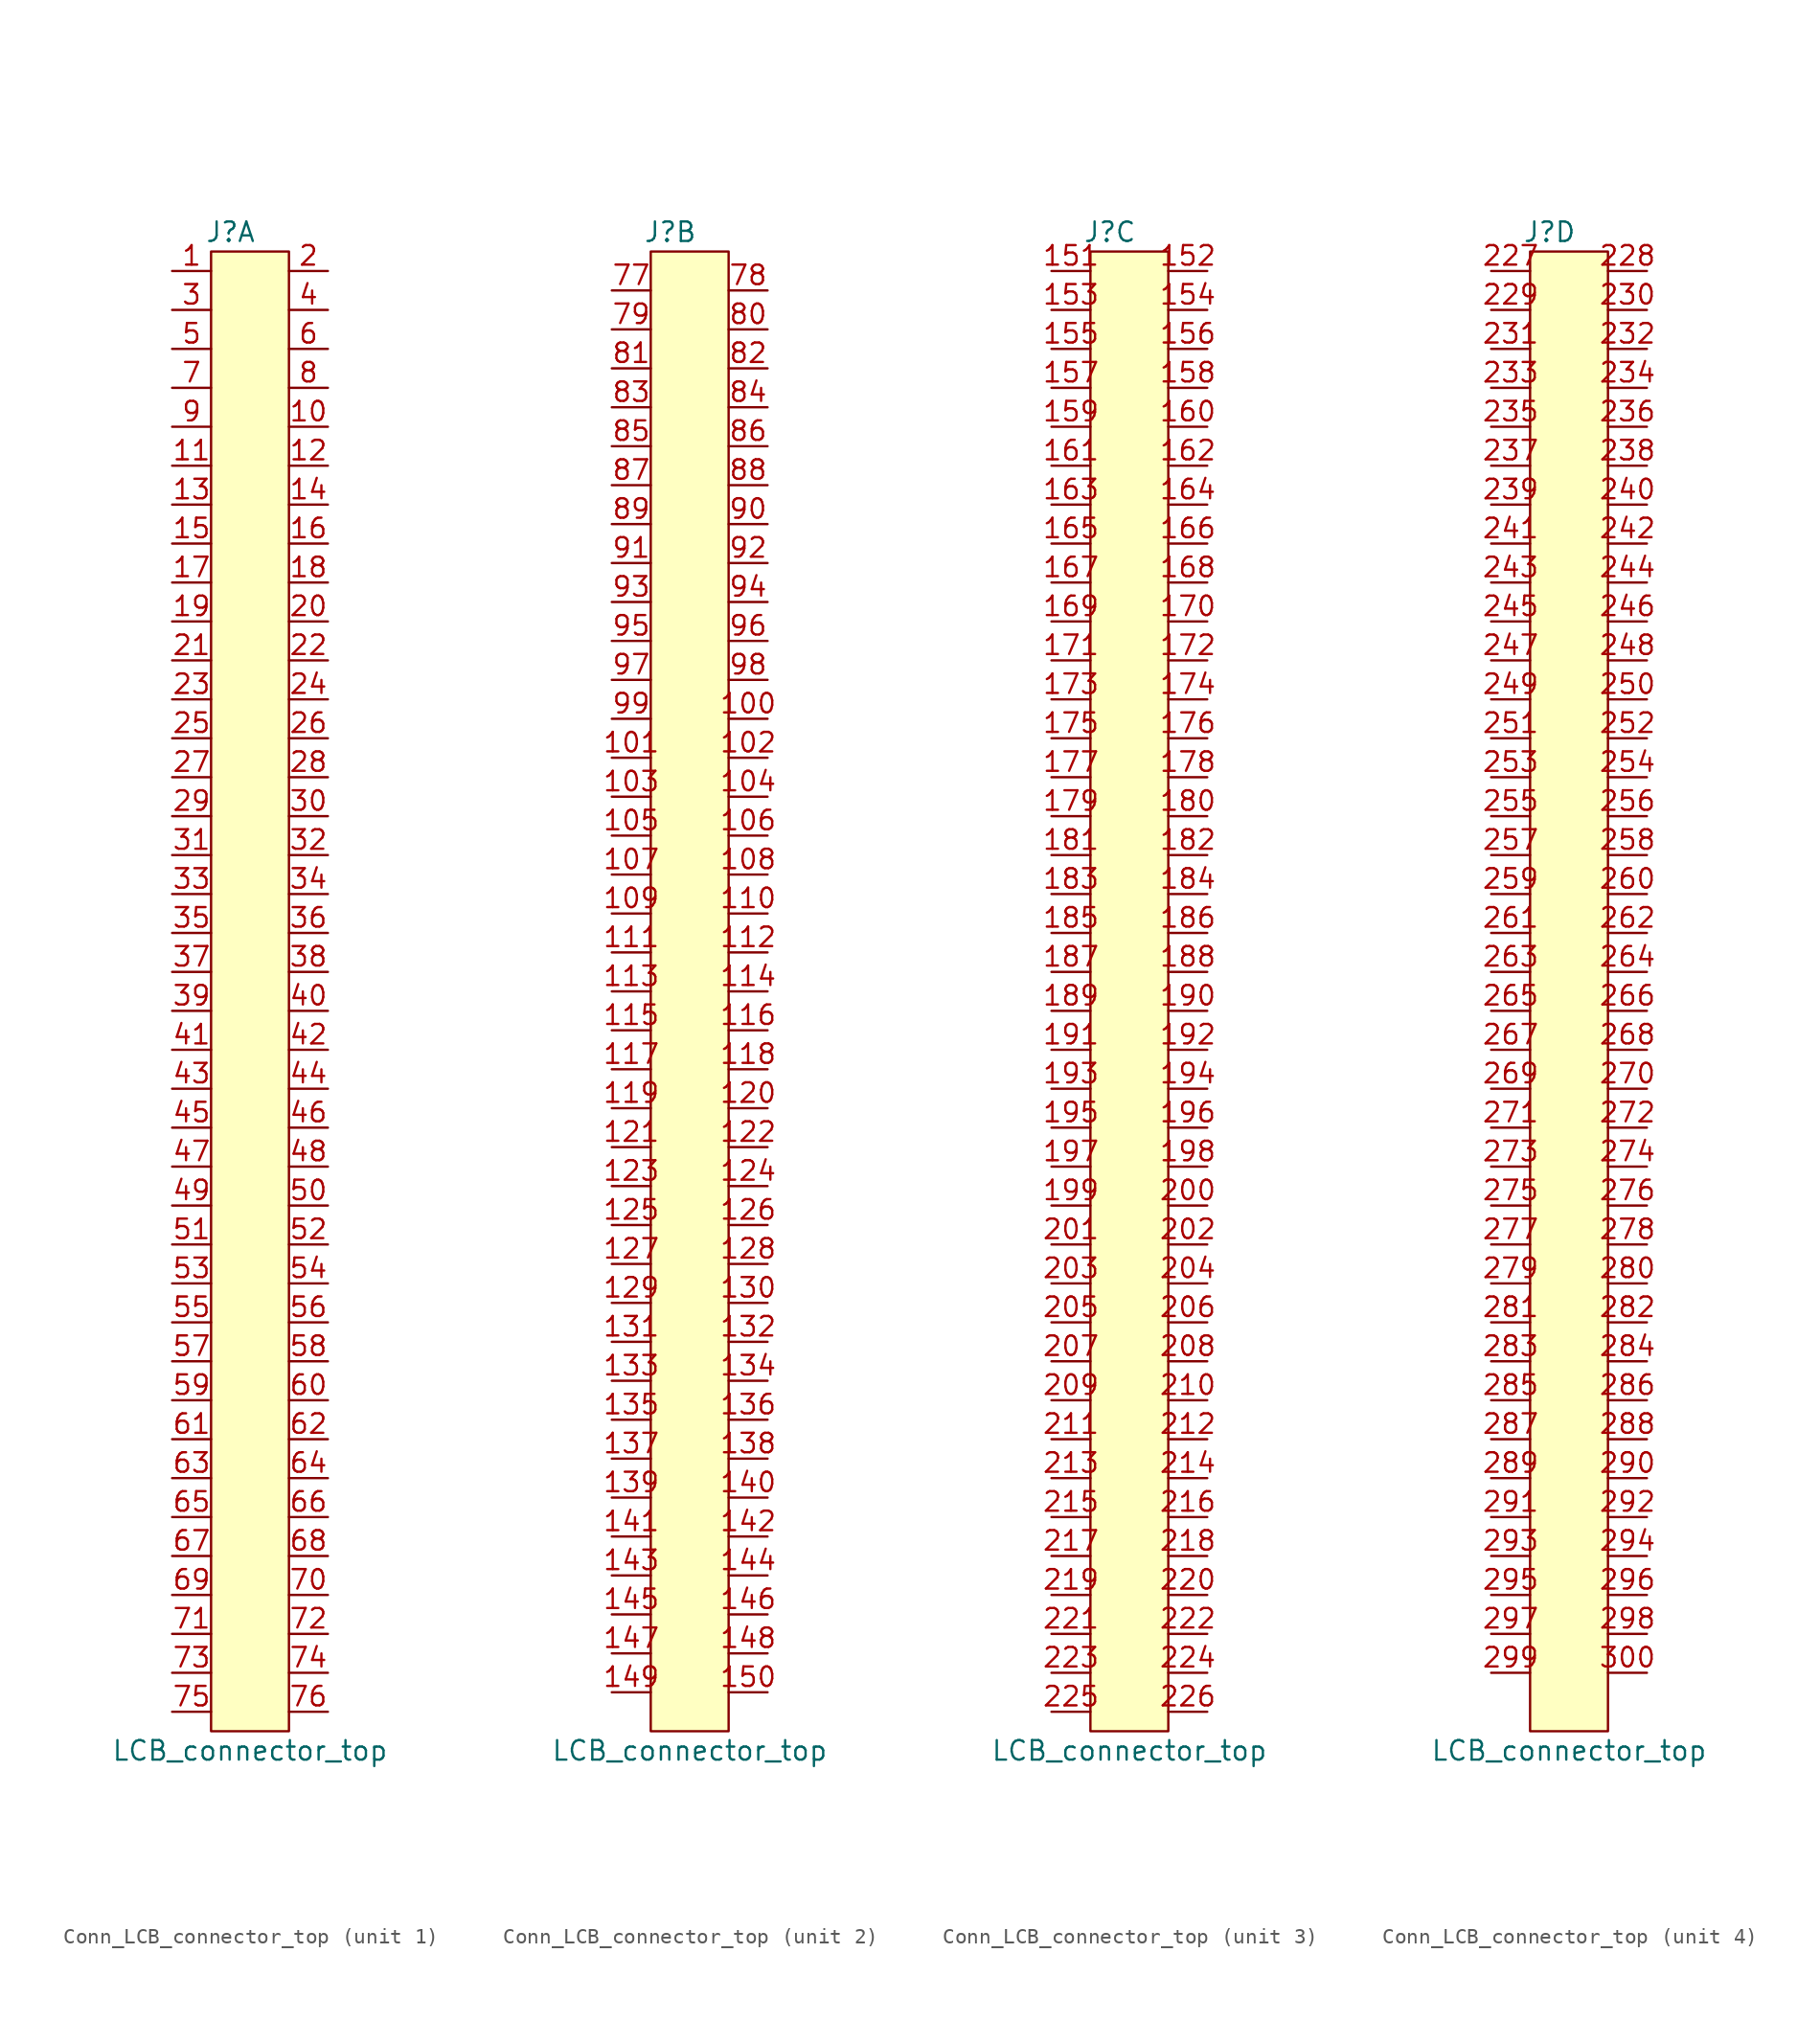
<source format=kicad_sym>
(kicad_symbol_lib
  (version 20220914)
  (generator kicad_symbol_editor)
  (symbol "Conn_LCB_connector_top"
    (pin_names hide)
    (property "Reference" "J"
      (at -1.27 50.8 0)
      (effects (font (size 1.27 1.27))))
    (property "Value" "LCB_connector_top"
      (at 0 -48.26 0)
      (effects (font (size 1.27 1.27))))
    (property "ki_locked" ""
      (at 0 0 0)
      (effects (font (size 1.27 1.27))))
    (symbol "Conn_LCB_connector_top_1_1"
      (rectangle (start -2.54 49.53) (end 2.54 -46.99) (stroke (width 0) (type default)) (fill (type background)))
      (pin passive line (at -5.08 48.26 0) (length 2.54) (name "1" (effects (font (size 1.27 1.27)))) (number "1" (effects (font (size 1.27 1.27)))))
      (pin passive line (at 5.08 38.1 180) (length 2.54) (name "10" (effects (font (size 1.27 1.27)))) (number "10" (effects (font (size 1.27 1.27)))))
      (pin passive line (at -5.08 35.56 0) (length 2.54) (name "11" (effects (font (size 1.27 1.27)))) (number "11" (effects (font (size 1.27 1.27)))))
      (pin passive line (at 5.08 35.56 180) (length 2.54) (name "12" (effects (font (size 1.27 1.27)))) (number "12" (effects (font (size 1.27 1.27)))))
      (pin passive line (at -5.08 33.02 0) (length 2.54) (name "13" (effects (font (size 1.27 1.27)))) (number "13" (effects (font (size 1.27 1.27)))))
      (pin passive line (at 5.08 33.02 180) (length 2.54) (name "14" (effects (font (size 1.27 1.27)))) (number "14" (effects (font (size 1.27 1.27)))))
      (pin passive line (at -5.08 30.48 0) (length 2.54) (name "15" (effects (font (size 1.27 1.27)))) (number "15" (effects (font (size 1.27 1.27)))))
      (pin passive line (at 5.08 30.48 180) (length 2.54) (name "16" (effects (font (size 1.27 1.27)))) (number "16" (effects (font (size 1.27 1.27)))))
      (pin passive line (at -5.08 27.94 0) (length 2.54) (name "17" (effects (font (size 1.27 1.27)))) (number "17" (effects (font (size 1.27 1.27)))))
      (pin passive line (at 5.08 27.94 180) (length 2.54) (name "18" (effects (font (size 1.27 1.27)))) (number "18" (effects (font (size 1.27 1.27)))))
      (pin passive line (at -5.08 25.4 0) (length 2.54) (name "19" (effects (font (size 1.27 1.27)))) (number "19" (effects (font (size 1.27 1.27)))))
      (pin passive line (at 5.08 48.26 180) (length 2.54) (name "2" (effects (font (size 1.27 1.27)))) (number "2" (effects (font (size 1.27 1.27)))))
      (pin passive line (at 5.08 25.4 180) (length 2.54) (name "20" (effects (font (size 1.27 1.27)))) (number "20" (effects (font (size 1.27 1.27)))))
      (pin passive line (at -5.08 22.86 0) (length 2.54) (name "21" (effects (font (size 1.27 1.27)))) (number "21" (effects (font (size 1.27 1.27)))))
      (pin passive line (at 5.08 22.86 180) (length 2.54) (name "22" (effects (font (size 1.27 1.27)))) (number "22" (effects (font (size 1.27 1.27)))))
      (pin passive line (at -5.08 20.32 0) (length 2.54) (name "23" (effects (font (size 1.27 1.27)))) (number "23" (effects (font (size 1.27 1.27)))))
      (pin passive line (at 5.08 20.32 180) (length 2.54) (name "24" (effects (font (size 1.27 1.27)))) (number "24" (effects (font (size 1.27 1.27)))))
      (pin passive line (at -5.08 17.78 0) (length 2.54) (name "25" (effects (font (size 1.27 1.27)))) (number "25" (effects (font (size 1.27 1.27)))))
      (pin passive line (at 5.08 17.78 180) (length 2.54) (name "26" (effects (font (size 1.27 1.27)))) (number "26" (effects (font (size 1.27 1.27)))))
      (pin passive line (at -5.08 15.24 0) (length 2.54) (name "27" (effects (font (size 1.27 1.27)))) (number "27" (effects (font (size 1.27 1.27)))))
      (pin passive line (at 5.08 15.24 180) (length 2.54) (name "28" (effects (font (size 1.27 1.27)))) (number "28" (effects (font (size 1.27 1.27)))))
      (pin passive line (at -5.08 12.7 0) (length 2.54) (name "29" (effects (font (size 1.27 1.27)))) (number "29" (effects (font (size 1.27 1.27)))))
      (pin passive line (at -5.08 45.72 0) (length 2.54) (name "3" (effects (font (size 1.27 1.27)))) (number "3" (effects (font (size 1.27 1.27)))))
      (pin passive line (at 5.08 12.7 180) (length 2.54) (name "30" (effects (font (size 1.27 1.27)))) (number "30" (effects (font (size 1.27 1.27)))))
      (pin passive line (at -5.08 10.16 0) (length 2.54) (name "31" (effects (font (size 1.27 1.27)))) (number "31" (effects (font (size 1.27 1.27)))))
      (pin passive line (at 5.08 10.16 180) (length 2.54) (name "32" (effects (font (size 1.27 1.27)))) (number "32" (effects (font (size 1.27 1.27)))))
      (pin passive line (at -5.08 7.62 0) (length 2.54) (name "33" (effects (font (size 1.27 1.27)))) (number "33" (effects (font (size 1.27 1.27)))))
      (pin passive line (at 5.08 7.62 180) (length 2.54) (name "34" (effects (font (size 1.27 1.27)))) (number "34" (effects (font (size 1.27 1.27)))))
      (pin passive line (at -5.08 5.08 0) (length 2.54) (name "35" (effects (font (size 1.27 1.27)))) (number "35" (effects (font (size 1.27 1.27)))))
      (pin passive line (at 5.08 5.08 180) (length 2.54) (name "36" (effects (font (size 1.27 1.27)))) (number "36" (effects (font (size 1.27 1.27)))))
      (pin passive line (at -5.08 2.54 0) (length 2.54) (name "37" (effects (font (size 1.27 1.27)))) (number "37" (effects (font (size 1.27 1.27)))))
      (pin passive line (at 5.08 2.54 180) (length 2.54) (name "38" (effects (font (size 1.27 1.27)))) (number "38" (effects (font (size 1.27 1.27)))))
      (pin passive line (at -5.08 0 0) (length 2.54) (name "39" (effects (font (size 1.27 1.27)))) (number "39" (effects (font (size 1.27 1.27)))))
      (pin passive line (at 5.08 45.72 180) (length 2.54) (name "4" (effects (font (size 1.27 1.27)))) (number "4" (effects (font (size 1.27 1.27)))))
      (pin passive line (at 5.08 0 180) (length 2.54) (name "40" (effects (font (size 1.27 1.27)))) (number "40" (effects (font (size 1.27 1.27)))))
      (pin passive line (at -5.08 -2.54 0) (length 2.54) (name "41" (effects (font (size 1.27 1.27)))) (number "41" (effects (font (size 1.27 1.27)))))
      (pin passive line (at 5.08 -2.54 180) (length 2.54) (name "42" (effects (font (size 1.27 1.27)))) (number "42" (effects (font (size 1.27 1.27)))))
      (pin passive line (at -5.08 -5.08 0) (length 2.54) (name "43" (effects (font (size 1.27 1.27)))) (number "43" (effects (font (size 1.27 1.27)))))
      (pin passive line (at 5.08 -5.08 180) (length 2.54) (name "44" (effects (font (size 1.27 1.27)))) (number "44" (effects (font (size 1.27 1.27)))))
      (pin passive line (at -5.08 -7.62 0) (length 2.54) (name "45" (effects (font (size 1.27 1.27)))) (number "45" (effects (font (size 1.27 1.27)))))
      (pin passive line (at 5.08 -7.62 180) (length 2.54) (name "46" (effects (font (size 1.27 1.27)))) (number "46" (effects (font (size 1.27 1.27)))))
      (pin passive line (at -5.08 -10.16 0) (length 2.54) (name "47" (effects (font (size 1.27 1.27)))) (number "47" (effects (font (size 1.27 1.27)))))
      (pin passive line (at 5.08 -10.16 180) (length 2.54) (name "48" (effects (font (size 1.27 1.27)))) (number "48" (effects (font (size 1.27 1.27)))))
      (pin passive line (at -5.08 -12.7 0) (length 2.54) (name "49" (effects (font (size 1.27 1.27)))) (number "49" (effects (font (size 1.27 1.27)))))
      (pin passive line (at -5.08 43.18 0) (length 2.54) (name "5" (effects (font (size 1.27 1.27)))) (number "5" (effects (font (size 1.27 1.27)))))
      (pin passive line (at 5.08 -12.7 180) (length 2.54) (name "50" (effects (font (size 1.27 1.27)))) (number "50" (effects (font (size 1.27 1.27)))))
      (pin passive line (at -5.08 -15.24 0) (length 2.54) (name "51" (effects (font (size 1.27 1.27)))) (number "51" (effects (font (size 1.27 1.27)))))
      (pin passive line (at 5.08 -15.24 180) (length 2.54) (name "52" (effects (font (size 1.27 1.27)))) (number "52" (effects (font (size 1.27 1.27)))))
      (pin passive line (at -5.08 -17.78 0) (length 2.54) (name "53" (effects (font (size 1.27 1.27)))) (number "53" (effects (font (size 1.27 1.27)))))
      (pin passive line (at 5.08 -17.78 180) (length 2.54) (name "54" (effects (font (size 1.27 1.27)))) (number "54" (effects (font (size 1.27 1.27)))))
      (pin passive line (at -5.08 -20.32 0) (length 2.54) (name "55" (effects (font (size 1.27 1.27)))) (number "55" (effects (font (size 1.27 1.27)))))
      (pin passive line (at 5.08 -20.32 180) (length 2.54) (name "56" (effects (font (size 1.27 1.27)))) (number "56" (effects (font (size 1.27 1.27)))))
      (pin passive line (at -5.08 -22.86 0) (length 2.54) (name "57" (effects (font (size 1.27 1.27)))) (number "57" (effects (font (size 1.27 1.27)))))
      (pin passive line (at 5.08 -22.86 180) (length 2.54) (name "58" (effects (font (size 1.27 1.27)))) (number "58" (effects (font (size 1.27 1.27)))))
      (pin passive line (at -5.08 -25.4 0) (length 2.54) (name "59" (effects (font (size 1.27 1.27)))) (number "59" (effects (font (size 1.27 1.27)))))
      (pin passive line (at 5.08 43.18 180) (length 2.54) (name "6" (effects (font (size 1.27 1.27)))) (number "6" (effects (font (size 1.27 1.27)))))
      (pin passive line (at 5.08 -25.4 180) (length 2.54) (name "60" (effects (font (size 1.27 1.27)))) (number "60" (effects (font (size 1.27 1.27)))))
      (pin passive line (at -5.08 -27.94 0) (length 2.54) (name "61" (effects (font (size 1.27 1.27)))) (number "61" (effects (font (size 1.27 1.27)))))
      (pin passive line (at 5.08 -27.94 180) (length 2.54) (name "62" (effects (font (size 1.27 1.27)))) (number "62" (effects (font (size 1.27 1.27)))))
      (pin passive line (at -5.08 -30.48 0) (length 2.54) (name "63" (effects (font (size 1.27 1.27)))) (number "63" (effects (font (size 1.27 1.27)))))
      (pin passive line (at 5.08 -30.48 180) (length 2.54) (name "64" (effects (font (size 1.27 1.27)))) (number "64" (effects (font (size 1.27 1.27)))))
      (pin passive line (at -5.08 -33.02 0) (length 2.54) (name "65" (effects (font (size 1.27 1.27)))) (number "65" (effects (font (size 1.27 1.27)))))
      (pin passive line (at 5.08 -33.02 180) (length 2.54) (name "66" (effects (font (size 1.27 1.27)))) (number "66" (effects (font (size 1.27 1.27)))))
      (pin passive line (at -5.08 -35.56 0) (length 2.54) (name "67" (effects (font (size 1.27 1.27)))) (number "67" (effects (font (size 1.27 1.27)))))
      (pin passive line (at 5.08 -35.56 180) (length 2.54) (name "68" (effects (font (size 1.27 1.27)))) (number "68" (effects (font (size 1.27 1.27)))))
      (pin passive line (at -5.08 -38.1 0) (length 2.54) (name "69" (effects (font (size 1.27 1.27)))) (number "69" (effects (font (size 1.27 1.27)))))
      (pin passive line (at -5.08 40.64 0) (length 2.54) (name "7" (effects (font (size 1.27 1.27)))) (number "7" (effects (font (size 1.27 1.27)))))
      (pin passive line (at 5.08 -38.1 180) (length 2.54) (name "70" (effects (font (size 1.27 1.27)))) (number "70" (effects (font (size 1.27 1.27)))))
      (pin passive line (at -5.08 -40.64 0) (length 2.54) (name "71" (effects (font (size 1.27 1.27)))) (number "71" (effects (font (size 1.27 1.27)))))
      (pin passive line (at 5.08 -40.64 180) (length 2.54) (name "72" (effects (font (size 1.27 1.27)))) (number "72" (effects (font (size 1.27 1.27)))))
      (pin passive line (at -5.08 -43.18 0) (length 2.54) (name "73" (effects (font (size 1.27 1.27)))) (number "73" (effects (font (size 1.27 1.27)))))
      (pin passive line (at 5.08 -43.18 180) (length 2.54) (name "74" (effects (font (size 1.27 1.27)))) (number "74" (effects (font (size 1.27 1.27)))))
      (pin passive line (at -5.08 -45.72 0) (length 2.54) (name "75" (effects (font (size 1.27 1.27)))) (number "75" (effects (font (size 1.27 1.27)))))
      (pin passive line (at 5.08 -45.72 180) (length 2.54) (name "76" (effects (font (size 1.27 1.27)))) (number "76" (effects (font (size 1.27 1.27)))))
      (pin passive line (at 5.08 40.64 180) (length 2.54) (name "8" (effects (font (size 1.27 1.27)))) (number "8" (effects (font (size 1.27 1.27)))))
      (pin passive line (at -5.08 38.1 0) (length 2.54) (name "9" (effects (font (size 1.27 1.27)))) (number "9" (effects (font (size 1.27 1.27))))))
    (symbol "Conn_LCB_connector_top_2_1"
      (rectangle (start -2.54 49.53) (end 2.54 -46.99) (stroke (width 0) (type default)) (fill (type background)))
      (pin passive line (at 5.08 19.05 180) (length 2.54) (name "100" (effects (font (size 1.27 1.27)))) (number "100" (effects (font (size 1.27 1.27)))))
      (pin passive line (at -5.08 16.51 0) (length 2.54) (name "101" (effects (font (size 1.27 1.27)))) (number "101" (effects (font (size 1.27 1.27)))))
      (pin passive line (at 5.08 16.51 180) (length 2.54) (name "102" (effects (font (size 1.27 1.27)))) (number "102" (effects (font (size 1.27 1.27)))))
      (pin passive line (at -5.08 13.97 0) (length 2.54) (name "103" (effects (font (size 1.27 1.27)))) (number "103" (effects (font (size 1.27 1.27)))))
      (pin passive line (at 5.08 13.97 180) (length 2.54) (name "104" (effects (font (size 1.27 1.27)))) (number "104" (effects (font (size 1.27 1.27)))))
      (pin passive line (at -5.08 11.43 0) (length 2.54) (name "105" (effects (font (size 1.27 1.27)))) (number "105" (effects (font (size 1.27 1.27)))))
      (pin passive line (at 5.08 11.43 180) (length 2.54) (name "106" (effects (font (size 1.27 1.27)))) (number "106" (effects (font (size 1.27 1.27)))))
      (pin passive line (at -5.08 8.89 0) (length 2.54) (name "107" (effects (font (size 1.27 1.27)))) (number "107" (effects (font (size 1.27 1.27)))))
      (pin passive line (at 5.08 8.89 180) (length 2.54) (name "108" (effects (font (size 1.27 1.27)))) (number "108" (effects (font (size 1.27 1.27)))))
      (pin passive line (at -5.08 6.35 0) (length 2.54) (name "109" (effects (font (size 1.27 1.27)))) (number "109" (effects (font (size 1.27 1.27)))))
      (pin passive line (at 5.08 6.35 180) (length 2.54) (name "110" (effects (font (size 1.27 1.27)))) (number "110" (effects (font (size 1.27 1.27)))))
      (pin passive line (at -5.08 3.81 0) (length 2.54) (name "111" (effects (font (size 1.27 1.27)))) (number "111" (effects (font (size 1.27 1.27)))))
      (pin passive line (at 5.08 3.81 180) (length 2.54) (name "112" (effects (font (size 1.27 1.27)))) (number "112" (effects (font (size 1.27 1.27)))))
      (pin passive line (at -5.08 1.27 0) (length 2.54) (name "113" (effects (font (size 1.27 1.27)))) (number "113" (effects (font (size 1.27 1.27)))))
      (pin passive line (at 5.08 1.27 180) (length 2.54) (name "114" (effects (font (size 1.27 1.27)))) (number "114" (effects (font (size 1.27 1.27)))))
      (pin passive line (at -5.08 -1.27 0) (length 2.54) (name "115" (effects (font (size 1.27 1.27)))) (number "115" (effects (font (size 1.27 1.27)))))
      (pin passive line (at 5.08 -1.27 180) (length 2.54) (name "116" (effects (font (size 1.27 1.27)))) (number "116" (effects (font (size 1.27 1.27)))))
      (pin passive line (at -5.08 -3.81 0) (length 2.54) (name "117" (effects (font (size 1.27 1.27)))) (number "117" (effects (font (size 1.27 1.27)))))
      (pin passive line (at 5.08 -3.81 180) (length 2.54) (name "118" (effects (font (size 1.27 1.27)))) (number "118" (effects (font (size 1.27 1.27)))))
      (pin passive line (at -5.08 -6.35 0) (length 2.54) (name "119" (effects (font (size 1.27 1.27)))) (number "119" (effects (font (size 1.27 1.27)))))
      (pin passive line (at 5.08 -6.35 180) (length 2.54) (name "120" (effects (font (size 1.27 1.27)))) (number "120" (effects (font (size 1.27 1.27)))))
      (pin passive line (at -5.08 -8.89 0) (length 2.54) (name "121" (effects (font (size 1.27 1.27)))) (number "121" (effects (font (size 1.27 1.27)))))
      (pin passive line (at 5.08 -8.89 180) (length 2.54) (name "122" (effects (font (size 1.27 1.27)))) (number "122" (effects (font (size 1.27 1.27)))))
      (pin passive line (at -5.08 -11.43 0) (length 2.54) (name "123" (effects (font (size 1.27 1.27)))) (number "123" (effects (font (size 1.27 1.27)))))
      (pin passive line (at 5.08 -11.43 180) (length 2.54) (name "124" (effects (font (size 1.27 1.27)))) (number "124" (effects (font (size 1.27 1.27)))))
      (pin passive line (at -5.08 -13.97 0) (length 2.54) (name "125" (effects (font (size 1.27 1.27)))) (number "125" (effects (font (size 1.27 1.27)))))
      (pin passive line (at 5.08 -13.97 180) (length 2.54) (name "126" (effects (font (size 1.27 1.27)))) (number "126" (effects (font (size 1.27 1.27)))))
      (pin passive line (at -5.08 -16.51 0) (length 2.54) (name "127" (effects (font (size 1.27 1.27)))) (number "127" (effects (font (size 1.27 1.27)))))
      (pin passive line (at 5.08 -16.51 180) (length 2.54) (name "128" (effects (font (size 1.27 1.27)))) (number "128" (effects (font (size 1.27 1.27)))))
      (pin passive line (at -5.08 -19.05 0) (length 2.54) (name "129" (effects (font (size 1.27 1.27)))) (number "129" (effects (font (size 1.27 1.27)))))
      (pin passive line (at 5.08 -19.05 180) (length 2.54) (name "130" (effects (font (size 1.27 1.27)))) (number "130" (effects (font (size 1.27 1.27)))))
      (pin passive line (at -5.08 -21.59 0) (length 2.54) (name "131" (effects (font (size 1.27 1.27)))) (number "131" (effects (font (size 1.27 1.27)))))
      (pin passive line (at 5.08 -21.59 180) (length 2.54) (name "132" (effects (font (size 1.27 1.27)))) (number "132" (effects (font (size 1.27 1.27)))))
      (pin passive line (at -5.08 -24.13 0) (length 2.54) (name "133" (effects (font (size 1.27 1.27)))) (number "133" (effects (font (size 1.27 1.27)))))
      (pin passive line (at 5.08 -24.13 180) (length 2.54) (name "134" (effects (font (size 1.27 1.27)))) (number "134" (effects (font (size 1.27 1.27)))))
      (pin passive line (at -5.08 -26.67 0) (length 2.54) (name "135" (effects (font (size 1.27 1.27)))) (number "135" (effects (font (size 1.27 1.27)))))
      (pin passive line (at 5.08 -26.67 180) (length 2.54) (name "136" (effects (font (size 1.27 1.27)))) (number "136" (effects (font (size 1.27 1.27)))))
      (pin passive line (at -5.08 -29.21 0) (length 2.54) (name "137" (effects (font (size 1.27 1.27)))) (number "137" (effects (font (size 1.27 1.27)))))
      (pin passive line (at 5.08 -29.21 180) (length 2.54) (name "138" (effects (font (size 1.27 1.27)))) (number "138" (effects (font (size 1.27 1.27)))))
      (pin passive line (at -5.08 -31.75 0) (length 2.54) (name "139" (effects (font (size 1.27 1.27)))) (number "139" (effects (font (size 1.27 1.27)))))
      (pin passive line (at 5.08 -31.75 180) (length 2.54) (name "140" (effects (font (size 1.27 1.27)))) (number "140" (effects (font (size 1.27 1.27)))))
      (pin passive line (at -5.08 -34.29 0) (length 2.54) (name "141" (effects (font (size 1.27 1.27)))) (number "141" (effects (font (size 1.27 1.27)))))
      (pin passive line (at 5.08 -34.29 180) (length 2.54) (name "142" (effects (font (size 1.27 1.27)))) (number "142" (effects (font (size 1.27 1.27)))))
      (pin passive line (at -5.08 -36.83 0) (length 2.54) (name "143" (effects (font (size 1.27 1.27)))) (number "143" (effects (font (size 1.27 1.27)))))
      (pin passive line (at 5.08 -36.83 180) (length 2.54) (name "144" (effects (font (size 1.27 1.27)))) (number "144" (effects (font (size 1.27 1.27)))))
      (pin passive line (at -5.08 -39.37 0) (length 2.54) (name "145" (effects (font (size 1.27 1.27)))) (number "145" (effects (font (size 1.27 1.27)))))
      (pin passive line (at 5.08 -39.37 180) (length 2.54) (name "146" (effects (font (size 1.27 1.27)))) (number "146" (effects (font (size 1.27 1.27)))))
      (pin passive line (at -5.08 -41.91 0) (length 2.54) (name "147" (effects (font (size 1.27 1.27)))) (number "147" (effects (font (size 1.27 1.27)))))
      (pin passive line (at 5.08 -41.91 180) (length 2.54) (name "148" (effects (font (size 1.27 1.27)))) (number "148" (effects (font (size 1.27 1.27)))))
      (pin passive line (at -5.08 -44.45 0) (length 2.54) (name "149" (effects (font (size 1.27 1.27)))) (number "149" (effects (font (size 1.27 1.27)))))
      (pin passive line (at 5.08 -44.45 180) (length 2.54) (name "150" (effects (font (size 1.27 1.27)))) (number "150" (effects (font (size 1.27 1.27)))))
      (pin passive line (at -5.08 46.99 0) (length 2.54) (name "77" (effects (font (size 1.27 1.27)))) (number "77" (effects (font (size 1.27 1.27)))))
      (pin passive line (at 5.08 46.99 180) (length 2.54) (name "78" (effects (font (size 1.27 1.27)))) (number "78" (effects (font (size 1.27 1.27)))))
      (pin passive line (at -5.08 44.45 0) (length 2.54) (name "79" (effects (font (size 1.27 1.27)))) (number "79" (effects (font (size 1.27 1.27)))))
      (pin passive line (at 5.08 44.45 180) (length 2.54) (name "80" (effects (font (size 1.27 1.27)))) (number "80" (effects (font (size 1.27 1.27)))))
      (pin passive line (at -5.08 41.91 0) (length 2.54) (name "81" (effects (font (size 1.27 1.27)))) (number "81" (effects (font (size 1.27 1.27)))))
      (pin passive line (at 5.08 41.91 180) (length 2.54) (name "82" (effects (font (size 1.27 1.27)))) (number "82" (effects (font (size 1.27 1.27)))))
      (pin passive line (at -5.08 39.37 0) (length 2.54) (name "83" (effects (font (size 1.27 1.27)))) (number "83" (effects (font (size 1.27 1.27)))))
      (pin passive line (at 5.08 39.37 180) (length 2.54) (name "84" (effects (font (size 1.27 1.27)))) (number "84" (effects (font (size 1.27 1.27)))))
      (pin passive line (at -5.08 36.83 0) (length 2.54) (name "85" (effects (font (size 1.27 1.27)))) (number "85" (effects (font (size 1.27 1.27)))))
      (pin passive line (at 5.08 36.83 180) (length 2.54) (name "86" (effects (font (size 1.27 1.27)))) (number "86" (effects (font (size 1.27 1.27)))))
      (pin passive line (at -5.08 34.29 0) (length 2.54) (name "87" (effects (font (size 1.27 1.27)))) (number "87" (effects (font (size 1.27 1.27)))))
      (pin passive line (at 5.08 34.29 180) (length 2.54) (name "88" (effects (font (size 1.27 1.27)))) (number "88" (effects (font (size 1.27 1.27)))))
      (pin passive line (at -5.08 31.75 0) (length 2.54) (name "89" (effects (font (size 1.27 1.27)))) (number "89" (effects (font (size 1.27 1.27)))))
      (pin passive line (at 5.08 31.75 180) (length 2.54) (name "90" (effects (font (size 1.27 1.27)))) (number "90" (effects (font (size 1.27 1.27)))))
      (pin passive line (at -5.08 29.21 0) (length 2.54) (name "91" (effects (font (size 1.27 1.27)))) (number "91" (effects (font (size 1.27 1.27)))))
      (pin passive line (at 5.08 29.21 180) (length 2.54) (name "92" (effects (font (size 1.27 1.27)))) (number "92" (effects (font (size 1.27 1.27)))))
      (pin passive line (at -5.08 26.67 0) (length 2.54) (name "93" (effects (font (size 1.27 1.27)))) (number "93" (effects (font (size 1.27 1.27)))))
      (pin passive line (at 5.08 26.67 180) (length 2.54) (name "94" (effects (font (size 1.27 1.27)))) (number "94" (effects (font (size 1.27 1.27)))))
      (pin passive line (at -5.08 24.13 0) (length 2.54) (name "95" (effects (font (size 1.27 1.27)))) (number "95" (effects (font (size 1.27 1.27)))))
      (pin passive line (at 5.08 24.13 180) (length 2.54) (name "96" (effects (font (size 1.27 1.27)))) (number "96" (effects (font (size 1.27 1.27)))))
      (pin passive line (at -5.08 21.59 0) (length 2.54) (name "97" (effects (font (size 1.27 1.27)))) (number "97" (effects (font (size 1.27 1.27)))))
      (pin passive line (at 5.08 21.59 180) (length 2.54) (name "98" (effects (font (size 1.27 1.27)))) (number "98" (effects (font (size 1.27 1.27)))))
      (pin passive line (at -5.08 19.05 0) (length 2.54) (name "99" (effects (font (size 1.27 1.27)))) (number "99" (effects (font (size 1.27 1.27))))))
    (symbol "Conn_LCB_connector_top_3_1"
      (rectangle (start -2.54 49.53) (end 2.54 -46.99) (stroke (width 0) (type default)) (fill (type background)))
      (pin passive line (at -5.08 48.26 0) (length 2.54) (name "151" (effects (font (size 1.27 1.27)))) (number "151" (effects (font (size 1.27 1.27)))))
      (pin passive line (at 5.08 48.26 180) (length 2.54) (name "152" (effects (font (size 1.27 1.27)))) (number "152" (effects (font (size 1.27 1.27)))))
      (pin passive line (at -5.08 45.72 0) (length 2.54) (name "153" (effects (font (size 1.27 1.27)))) (number "153" (effects (font (size 1.27 1.27)))))
      (pin passive line (at 5.08 45.72 180) (length 2.54) (name "154" (effects (font (size 1.27 1.27)))) (number "154" (effects (font (size 1.27 1.27)))))
      (pin passive line (at -5.08 43.18 0) (length 2.54) (name "155" (effects (font (size 1.27 1.27)))) (number "155" (effects (font (size 1.27 1.27)))))
      (pin passive line (at 5.08 43.18 180) (length 2.54) (name "156" (effects (font (size 1.27 1.27)))) (number "156" (effects (font (size 1.27 1.27)))))
      (pin passive line (at -5.08 40.64 0) (length 2.54) (name "157" (effects (font (size 1.27 1.27)))) (number "157" (effects (font (size 1.27 1.27)))))
      (pin passive line (at 5.08 40.64 180) (length 2.54) (name "158" (effects (font (size 1.27 1.27)))) (number "158" (effects (font (size 1.27 1.27)))))
      (pin passive line (at -5.08 38.1 0) (length 2.54) (name "159" (effects (font (size 1.27 1.27)))) (number "159" (effects (font (size 1.27 1.27)))))
      (pin passive line (at 5.08 38.1 180) (length 2.54) (name "160" (effects (font (size 1.27 1.27)))) (number "160" (effects (font (size 1.27 1.27)))))
      (pin passive line (at -5.08 35.56 0) (length 2.54) (name "161" (effects (font (size 1.27 1.27)))) (number "161" (effects (font (size 1.27 1.27)))))
      (pin passive line (at 5.08 35.56 180) (length 2.54) (name "162" (effects (font (size 1.27 1.27)))) (number "162" (effects (font (size 1.27 1.27)))))
      (pin passive line (at -5.08 33.02 0) (length 2.54) (name "163" (effects (font (size 1.27 1.27)))) (number "163" (effects (font (size 1.27 1.27)))))
      (pin passive line (at 5.08 33.02 180) (length 2.54) (name "164" (effects (font (size 1.27 1.27)))) (number "164" (effects (font (size 1.27 1.27)))))
      (pin passive line (at -5.08 30.48 0) (length 2.54) (name "165" (effects (font (size 1.27 1.27)))) (number "165" (effects (font (size 1.27 1.27)))))
      (pin passive line (at 5.08 30.48 180) (length 2.54) (name "166" (effects (font (size 1.27 1.27)))) (number "166" (effects (font (size 1.27 1.27)))))
      (pin passive line (at -5.08 27.94 0) (length 2.54) (name "167" (effects (font (size 1.27 1.27)))) (number "167" (effects (font (size 1.27 1.27)))))
      (pin passive line (at 5.08 27.94 180) (length 2.54) (name "168" (effects (font (size 1.27 1.27)))) (number "168" (effects (font (size 1.27 1.27)))))
      (pin passive line (at -5.08 25.4 0) (length 2.54) (name "169" (effects (font (size 1.27 1.27)))) (number "169" (effects (font (size 1.27 1.27)))))
      (pin passive line (at 5.08 25.4 180) (length 2.54) (name "170" (effects (font (size 1.27 1.27)))) (number "170" (effects (font (size 1.27 1.27)))))
      (pin passive line (at -5.08 22.86 0) (length 2.54) (name "171" (effects (font (size 1.27 1.27)))) (number "171" (effects (font (size 1.27 1.27)))))
      (pin passive line (at 5.08 22.86 180) (length 2.54) (name "172" (effects (font (size 1.27 1.27)))) (number "172" (effects (font (size 1.27 1.27)))))
      (pin passive line (at -5.08 20.32 0) (length 2.54) (name "173" (effects (font (size 1.27 1.27)))) (number "173" (effects (font (size 1.27 1.27)))))
      (pin passive line (at 5.08 20.32 180) (length 2.54) (name "174" (effects (font (size 1.27 1.27)))) (number "174" (effects (font (size 1.27 1.27)))))
      (pin passive line (at -5.08 17.78 0) (length 2.54) (name "175" (effects (font (size 1.27 1.27)))) (number "175" (effects (font (size 1.27 1.27)))))
      (pin passive line (at 5.08 17.78 180) (length 2.54) (name "176" (effects (font (size 1.27 1.27)))) (number "176" (effects (font (size 1.27 1.27)))))
      (pin passive line (at -5.08 15.24 0) (length 2.54) (name "177" (effects (font (size 1.27 1.27)))) (number "177" (effects (font (size 1.27 1.27)))))
      (pin passive line (at 5.08 15.24 180) (length 2.54) (name "178" (effects (font (size 1.27 1.27)))) (number "178" (effects (font (size 1.27 1.27)))))
      (pin passive line (at -5.08 12.7 0) (length 2.54) (name "179" (effects (font (size 1.27 1.27)))) (number "179" (effects (font (size 1.27 1.27)))))
      (pin passive line (at 5.08 12.7 180) (length 2.54) (name "180" (effects (font (size 1.27 1.27)))) (number "180" (effects (font (size 1.27 1.27)))))
      (pin passive line (at -5.08 10.16 0) (length 2.54) (name "181" (effects (font (size 1.27 1.27)))) (number "181" (effects (font (size 1.27 1.27)))))
      (pin passive line (at 5.08 10.16 180) (length 2.54) (name "182" (effects (font (size 1.27 1.27)))) (number "182" (effects (font (size 1.27 1.27)))))
      (pin passive line (at -5.08 7.62 0) (length 2.54) (name "183" (effects (font (size 1.27 1.27)))) (number "183" (effects (font (size 1.27 1.27)))))
      (pin passive line (at 5.08 7.62 180) (length 2.54) (name "184" (effects (font (size 1.27 1.27)))) (number "184" (effects (font (size 1.27 1.27)))))
      (pin passive line (at -5.08 5.08 0) (length 2.54) (name "185" (effects (font (size 1.27 1.27)))) (number "185" (effects (font (size 1.27 1.27)))))
      (pin passive line (at 5.08 5.08 180) (length 2.54) (name "186" (effects (font (size 1.27 1.27)))) (number "186" (effects (font (size 1.27 1.27)))))
      (pin passive line (at -5.08 2.54 0) (length 2.54) (name "187" (effects (font (size 1.27 1.27)))) (number "187" (effects (font (size 1.27 1.27)))))
      (pin passive line (at 5.08 2.54 180) (length 2.54) (name "188" (effects (font (size 1.27 1.27)))) (number "188" (effects (font (size 1.27 1.27)))))
      (pin passive line (at -5.08 0 0) (length 2.54) (name "189" (effects (font (size 1.27 1.27)))) (number "189" (effects (font (size 1.27 1.27)))))
      (pin passive line (at 5.08 0 180) (length 2.54) (name "190" (effects (font (size 1.27 1.27)))) (number "190" (effects (font (size 1.27 1.27)))))
      (pin passive line (at -5.08 -2.54 0) (length 2.54) (name "191" (effects (font (size 1.27 1.27)))) (number "191" (effects (font (size 1.27 1.27)))))
      (pin passive line (at 5.08 -2.54 180) (length 2.54) (name "192" (effects (font (size 1.27 1.27)))) (number "192" (effects (font (size 1.27 1.27)))))
      (pin passive line (at -5.08 -5.08 0) (length 2.54) (name "193" (effects (font (size 1.27 1.27)))) (number "193" (effects (font (size 1.27 1.27)))))
      (pin passive line (at 5.08 -5.08 180) (length 2.54) (name "194" (effects (font (size 1.27 1.27)))) (number "194" (effects (font (size 1.27 1.27)))))
      (pin passive line (at -5.08 -7.62 0) (length 2.54) (name "195" (effects (font (size 1.27 1.27)))) (number "195" (effects (font (size 1.27 1.27)))))
      (pin passive line (at 5.08 -7.62 180) (length 2.54) (name "196" (effects (font (size 1.27 1.27)))) (number "196" (effects (font (size 1.27 1.27)))))
      (pin passive line (at -5.08 -10.16 0) (length 2.54) (name "197" (effects (font (size 1.27 1.27)))) (number "197" (effects (font (size 1.27 1.27)))))
      (pin passive line (at 5.08 -10.16 180) (length 2.54) (name "198" (effects (font (size 1.27 1.27)))) (number "198" (effects (font (size 1.27 1.27)))))
      (pin passive line (at -5.08 -12.7 0) (length 2.54) (name "199" (effects (font (size 1.27 1.27)))) (number "199" (effects (font (size 1.27 1.27)))))
      (pin passive line (at 5.08 -12.7 180) (length 2.54) (name "200" (effects (font (size 1.27 1.27)))) (number "200" (effects (font (size 1.27 1.27)))))
      (pin passive line (at -5.08 -15.24 0) (length 2.54) (name "201" (effects (font (size 1.27 1.27)))) (number "201" (effects (font (size 1.27 1.27)))))
      (pin passive line (at 5.08 -15.24 180) (length 2.54) (name "202" (effects (font (size 1.27 1.27)))) (number "202" (effects (font (size 1.27 1.27)))))
      (pin passive line (at -5.08 -17.78 0) (length 2.54) (name "203" (effects (font (size 1.27 1.27)))) (number "203" (effects (font (size 1.27 1.27)))))
      (pin passive line (at 5.08 -17.78 180) (length 2.54) (name "204" (effects (font (size 1.27 1.27)))) (number "204" (effects (font (size 1.27 1.27)))))
      (pin passive line (at -5.08 -20.32 0) (length 2.54) (name "205" (effects (font (size 1.27 1.27)))) (number "205" (effects (font (size 1.27 1.27)))))
      (pin passive line (at 5.08 -20.32 180) (length 2.54) (name "206" (effects (font (size 1.27 1.27)))) (number "206" (effects (font (size 1.27 1.27)))))
      (pin passive line (at -5.08 -22.86 0) (length 2.54) (name "207" (effects (font (size 1.27 1.27)))) (number "207" (effects (font (size 1.27 1.27)))))
      (pin passive line (at 5.08 -22.86 180) (length 2.54) (name "208" (effects (font (size 1.27 1.27)))) (number "208" (effects (font (size 1.27 1.27)))))
      (pin passive line (at -5.08 -25.4 0) (length 2.54) (name "209" (effects (font (size 1.27 1.27)))) (number "209" (effects (font (size 1.27 1.27)))))
      (pin passive line (at 5.08 -25.4 180) (length 2.54) (name "210" (effects (font (size 1.27 1.27)))) (number "210" (effects (font (size 1.27 1.27)))))
      (pin passive line (at -5.08 -27.94 0) (length 2.54) (name "211" (effects (font (size 1.27 1.27)))) (number "211" (effects (font (size 1.27 1.27)))))
      (pin passive line (at 5.08 -27.94 180) (length 2.54) (name "212" (effects (font (size 1.27 1.27)))) (number "212" (effects (font (size 1.27 1.27)))))
      (pin passive line (at -5.08 -30.48 0) (length 2.54) (name "213" (effects (font (size 1.27 1.27)))) (number "213" (effects (font (size 1.27 1.27)))))
      (pin passive line (at 5.08 -30.48 180) (length 2.54) (name "214" (effects (font (size 1.27 1.27)))) (number "214" (effects (font (size 1.27 1.27)))))
      (pin passive line (at -5.08 -33.02 0) (length 2.54) (name "215" (effects (font (size 1.27 1.27)))) (number "215" (effects (font (size 1.27 1.27)))))
      (pin passive line (at 5.08 -33.02 180) (length 2.54) (name "216" (effects (font (size 1.27 1.27)))) (number "216" (effects (font (size 1.27 1.27)))))
      (pin passive line (at -5.08 -35.56 0) (length 2.54) (name "217" (effects (font (size 1.27 1.27)))) (number "217" (effects (font (size 1.27 1.27)))))
      (pin passive line (at 5.08 -35.56 180) (length 2.54) (name "218" (effects (font (size 1.27 1.27)))) (number "218" (effects (font (size 1.27 1.27)))))
      (pin passive line (at -5.08 -38.1 0) (length 2.54) (name "219" (effects (font (size 1.27 1.27)))) (number "219" (effects (font (size 1.27 1.27)))))
      (pin passive line (at 5.08 -38.1 180) (length 2.54) (name "220" (effects (font (size 1.27 1.27)))) (number "220" (effects (font (size 1.27 1.27)))))
      (pin passive line (at -5.08 -40.64 0) (length 2.54) (name "221" (effects (font (size 1.27 1.27)))) (number "221" (effects (font (size 1.27 1.27)))))
      (pin passive line (at 5.08 -40.64 180) (length 2.54) (name "222" (effects (font (size 1.27 1.27)))) (number "222" (effects (font (size 1.27 1.27)))))
      (pin passive line (at -5.08 -43.18 0) (length 2.54) (name "223" (effects (font (size 1.27 1.27)))) (number "223" (effects (font (size 1.27 1.27)))))
      (pin passive line (at 5.08 -43.18 180) (length 2.54) (name "224" (effects (font (size 1.27 1.27)))) (number "224" (effects (font (size 1.27 1.27)))))
      (pin passive line (at -5.08 -45.72 0) (length 2.54) (name "225" (effects (font (size 1.27 1.27)))) (number "225" (effects (font (size 1.27 1.27)))))
      (pin passive line (at 5.08 -45.72 180) (length 2.54) (name "226" (effects (font (size 1.27 1.27)))) (number "226" (effects (font (size 1.27 1.27))))))
    (symbol "Conn_LCB_connector_top_4_1"
      (rectangle (start -2.54 49.53) (end 2.54 -46.99) (stroke (width 0) (type default)) (fill (type background)))
      (pin passive line (at -5.08 48.26 0) (length 2.54) (name "227" (effects (font (size 1.27 1.27)))) (number "227" (effects (font (size 1.27 1.27)))))
      (pin passive line (at 5.08 48.26 180) (length 2.54) (name "228" (effects (font (size 1.27 1.27)))) (number "228" (effects (font (size 1.27 1.27)))))
      (pin passive line (at -5.08 45.72 0) (length 2.54) (name "229" (effects (font (size 1.27 1.27)))) (number "229" (effects (font (size 1.27 1.27)))))
      (pin passive line (at 5.08 45.72 180) (length 2.54) (name "230" (effects (font (size 1.27 1.27)))) (number "230" (effects (font (size 1.27 1.27)))))
      (pin passive line (at -5.08 43.18 0) (length 2.54) (name "231" (effects (font (size 1.27 1.27)))) (number "231" (effects (font (size 1.27 1.27)))))
      (pin passive line (at 5.08 43.18 180) (length 2.54) (name "232" (effects (font (size 1.27 1.27)))) (number "232" (effects (font (size 1.27 1.27)))))
      (pin passive line (at -5.08 40.64 0) (length 2.54) (name "233" (effects (font (size 1.27 1.27)))) (number "233" (effects (font (size 1.27 1.27)))))
      (pin passive line (at 5.08 40.64 180) (length 2.54) (name "234" (effects (font (size 1.27 1.27)))) (number "234" (effects (font (size 1.27 1.27)))))
      (pin passive line (at -5.08 38.1 0) (length 2.54) (name "235" (effects (font (size 1.27 1.27)))) (number "235" (effects (font (size 1.27 1.27)))))
      (pin passive line (at 5.08 38.1 180) (length 2.54) (name "236" (effects (font (size 1.27 1.27)))) (number "236" (effects (font (size 1.27 1.27)))))
      (pin passive line (at -5.08 35.56 0) (length 2.54) (name "237" (effects (font (size 1.27 1.27)))) (number "237" (effects (font (size 1.27 1.27)))))
      (pin passive line (at 5.08 35.56 180) (length 2.54) (name "238" (effects (font (size 1.27 1.27)))) (number "238" (effects (font (size 1.27 1.27)))))
      (pin passive line (at -5.08 33.02 0) (length 2.54) (name "239" (effects (font (size 1.27 1.27)))) (number "239" (effects (font (size 1.27 1.27)))))
      (pin passive line (at 5.08 33.02 180) (length 2.54) (name "240" (effects (font (size 1.27 1.27)))) (number "240" (effects (font (size 1.27 1.27)))))
      (pin passive line (at -5.08 30.48 0) (length 2.54) (name "241" (effects (font (size 1.27 1.27)))) (number "241" (effects (font (size 1.27 1.27)))))
      (pin passive line (at 5.08 30.48 180) (length 2.54) (name "242" (effects (font (size 1.27 1.27)))) (number "242" (effects (font (size 1.27 1.27)))))
      (pin passive line (at -5.08 27.94 0) (length 2.54) (name "243" (effects (font (size 1.27 1.27)))) (number "243" (effects (font (size 1.27 1.27)))))
      (pin passive line (at 5.08 27.94 180) (length 2.54) (name "244" (effects (font (size 1.27 1.27)))) (number "244" (effects (font (size 1.27 1.27)))))
      (pin passive line (at -5.08 25.4 0) (length 2.54) (name "245" (effects (font (size 1.27 1.27)))) (number "245" (effects (font (size 1.27 1.27)))))
      (pin passive line (at 5.08 25.4 180) (length 2.54) (name "246" (effects (font (size 1.27 1.27)))) (number "246" (effects (font (size 1.27 1.27)))))
      (pin passive line (at -5.08 22.86 0) (length 2.54) (name "247" (effects (font (size 1.27 1.27)))) (number "247" (effects (font (size 1.27 1.27)))))
      (pin passive line (at 5.08 22.86 180) (length 2.54) (name "248" (effects (font (size 1.27 1.27)))) (number "248" (effects (font (size 1.27 1.27)))))
      (pin passive line (at -5.08 20.32 0) (length 2.54) (name "249" (effects (font (size 1.27 1.27)))) (number "249" (effects (font (size 1.27 1.27)))))
      (pin passive line (at 5.08 20.32 180) (length 2.54) (name "250" (effects (font (size 1.27 1.27)))) (number "250" (effects (font (size 1.27 1.27)))))
      (pin passive line (at -5.08 17.78 0) (length 2.54) (name "251" (effects (font (size 1.27 1.27)))) (number "251" (effects (font (size 1.27 1.27)))))
      (pin passive line (at 5.08 17.78 180) (length 2.54) (name "252" (effects (font (size 1.27 1.27)))) (number "252" (effects (font (size 1.27 1.27)))))
      (pin passive line (at -5.08 15.24 0) (length 2.54) (name "253" (effects (font (size 1.27 1.27)))) (number "253" (effects (font (size 1.27 1.27)))))
      (pin passive line (at 5.08 15.24 180) (length 2.54) (name "254" (effects (font (size 1.27 1.27)))) (number "254" (effects (font (size 1.27 1.27)))))
      (pin passive line (at -5.08 12.7 0) (length 2.54) (name "255" (effects (font (size 1.27 1.27)))) (number "255" (effects (font (size 1.27 1.27)))))
      (pin passive line (at 5.08 12.7 180) (length 2.54) (name "256" (effects (font (size 1.27 1.27)))) (number "256" (effects (font (size 1.27 1.27)))))
      (pin passive line (at -5.08 10.16 0) (length 2.54) (name "257" (effects (font (size 1.27 1.27)))) (number "257" (effects (font (size 1.27 1.27)))))
      (pin passive line (at 5.08 10.16 180) (length 2.54) (name "258" (effects (font (size 1.27 1.27)))) (number "258" (effects (font (size 1.27 1.27)))))
      (pin passive line (at -5.08 7.62 0) (length 2.54) (name "259" (effects (font (size 1.27 1.27)))) (number "259" (effects (font (size 1.27 1.27)))))
      (pin passive line (at 5.08 7.62 180) (length 2.54) (name "260" (effects (font (size 1.27 1.27)))) (number "260" (effects (font (size 1.27 1.27)))))
      (pin passive line (at -5.08 5.08 0) (length 2.54) (name "261" (effects (font (size 1.27 1.27)))) (number "261" (effects (font (size 1.27 1.27)))))
      (pin passive line (at 5.08 5.08 180) (length 2.54) (name "262" (effects (font (size 1.27 1.27)))) (number "262" (effects (font (size 1.27 1.27)))))
      (pin passive line (at -5.08 2.54 0) (length 2.54) (name "263" (effects (font (size 1.27 1.27)))) (number "263" (effects (font (size 1.27 1.27)))))
      (pin passive line (at 5.08 2.54 180) (length 2.54) (name "264" (effects (font (size 1.27 1.27)))) (number "264" (effects (font (size 1.27 1.27)))))
      (pin passive line (at -5.08 0 0) (length 2.54) (name "265" (effects (font (size 1.27 1.27)))) (number "265" (effects (font (size 1.27 1.27)))))
      (pin passive line (at 5.08 0 180) (length 2.54) (name "266" (effects (font (size 1.27 1.27)))) (number "266" (effects (font (size 1.27 1.27)))))
      (pin passive line (at -5.08 -2.54 0) (length 2.54) (name "267" (effects (font (size 1.27 1.27)))) (number "267" (effects (font (size 1.27 1.27)))))
      (pin passive line (at 5.08 -2.54 180) (length 2.54) (name "268" (effects (font (size 1.27 1.27)))) (number "268" (effects (font (size 1.27 1.27)))))
      (pin passive line (at -5.08 -5.08 0) (length 2.54) (name "269" (effects (font (size 1.27 1.27)))) (number "269" (effects (font (size 1.27 1.27)))))
      (pin passive line (at 5.08 -5.08 180) (length 2.54) (name "270" (effects (font (size 1.27 1.27)))) (number "270" (effects (font (size 1.27 1.27)))))
      (pin passive line (at -5.08 -7.62 0) (length 2.54) (name "271" (effects (font (size 1.27 1.27)))) (number "271" (effects (font (size 1.27 1.27)))))
      (pin passive line (at 5.08 -7.62 180) (length 2.54) (name "272" (effects (font (size 1.27 1.27)))) (number "272" (effects (font (size 1.27 1.27)))))
      (pin passive line (at -5.08 -10.16 0) (length 2.54) (name "273" (effects (font (size 1.27 1.27)))) (number "273" (effects (font (size 1.27 1.27)))))
      (pin passive line (at 5.08 -10.16 180) (length 2.54) (name "274" (effects (font (size 1.27 1.27)))) (number "274" (effects (font (size 1.27 1.27)))))
      (pin passive line (at -5.08 -12.7 0) (length 2.54) (name "275" (effects (font (size 1.27 1.27)))) (number "275" (effects (font (size 1.27 1.27)))))
      (pin passive line (at 5.08 -12.7 180) (length 2.54) (name "276" (effects (font (size 1.27 1.27)))) (number "276" (effects (font (size 1.27 1.27)))))
      (pin passive line (at -5.08 -15.24 0) (length 2.54) (name "277" (effects (font (size 1.27 1.27)))) (number "277" (effects (font (size 1.27 1.27)))))
      (pin passive line (at 5.08 -15.24 180) (length 2.54) (name "278" (effects (font (size 1.27 1.27)))) (number "278" (effects (font (size 1.27 1.27)))))
      (pin passive line (at -5.08 -17.78 0) (length 2.54) (name "279" (effects (font (size 1.27 1.27)))) (number "279" (effects (font (size 1.27 1.27)))))
      (pin passive line (at 5.08 -17.78 180) (length 2.54) (name "280" (effects (font (size 1.27 1.27)))) (number "280" (effects (font (size 1.27 1.27)))))
      (pin passive line (at -5.08 -20.32 0) (length 2.54) (name "281" (effects (font (size 1.27 1.27)))) (number "281" (effects (font (size 1.27 1.27)))))
      (pin passive line (at 5.08 -20.32 180) (length 2.54) (name "282" (effects (font (size 1.27 1.27)))) (number "282" (effects (font (size 1.27 1.27)))))
      (pin passive line (at -5.08 -22.86 0) (length 2.54) (name "283" (effects (font (size 1.27 1.27)))) (number "283" (effects (font (size 1.27 1.27)))))
      (pin passive line (at 5.08 -22.86 180) (length 2.54) (name "284" (effects (font (size 1.27 1.27)))) (number "284" (effects (font (size 1.27 1.27)))))
      (pin passive line (at -5.08 -25.4 0) (length 2.54) (name "285" (effects (font (size 1.27 1.27)))) (number "285" (effects (font (size 1.27 1.27)))))
      (pin passive line (at 5.08 -25.4 180) (length 2.54) (name "286" (effects (font (size 1.27 1.27)))) (number "286" (effects (font (size 1.27 1.27)))))
      (pin passive line (at -5.08 -27.94 0) (length 2.54) (name "287" (effects (font (size 1.27 1.27)))) (number "287" (effects (font (size 1.27 1.27)))))
      (pin passive line (at 5.08 -27.94 180) (length 2.54) (name "288" (effects (font (size 1.27 1.27)))) (number "288" (effects (font (size 1.27 1.27)))))
      (pin passive line (at -5.08 -30.48 0) (length 2.54) (name "289" (effects (font (size 1.27 1.27)))) (number "289" (effects (font (size 1.27 1.27)))))
      (pin passive line (at 5.08 -30.48 180) (length 2.54) (name "290" (effects (font (size 1.27 1.27)))) (number "290" (effects (font (size 1.27 1.27)))))
      (pin passive line (at -5.08 -33.02 0) (length 2.54) (name "291" (effects (font (size 1.27 1.27)))) (number "291" (effects (font (size 1.27 1.27)))))
      (pin passive line (at 5.08 -33.02 180) (length 2.54) (name "292" (effects (font (size 1.27 1.27)))) (number "292" (effects (font (size 1.27 1.27)))))
      (pin passive line (at -5.08 -35.56 0) (length 2.54) (name "293" (effects (font (size 1.27 1.27)))) (number "293" (effects (font (size 1.27 1.27)))))
      (pin passive line (at 5.08 -35.56 180) (length 2.54) (name "294" (effects (font (size 1.27 1.27)))) (number "294" (effects (font (size 1.27 1.27)))))
      (pin passive line (at -5.08 -38.1 0) (length 2.54) (name "295" (effects (font (size 1.27 1.27)))) (number "295" (effects (font (size 1.27 1.27)))))
      (pin passive line (at 5.08 -38.1 180) (length 2.54) (name "296" (effects (font (size 1.27 1.27)))) (number "296" (effects (font (size 1.27 1.27)))))
      (pin passive line (at -5.08 -40.64 0) (length 2.54) (name "297" (effects (font (size 1.27 1.27)))) (number "297" (effects (font (size 1.27 1.27)))))
      (pin passive line (at 5.08 -40.64 180) (length 2.54) (name "298" (effects (font (size 1.27 1.27)))) (number "298" (effects (font (size 1.27 1.27)))))
      (pin passive line (at -5.08 -43.18 0) (length 2.54) (name "299" (effects (font (size 1.27 1.27)))) (number "299" (effects (font (size 1.27 1.27)))))
      (pin passive line (at 5.08 -43.18 180) (length 2.54) (name "300" (effects (font (size 1.27 1.27)))) (number "300" (effects (font (size 1.27 1.27))))))))
</source>
